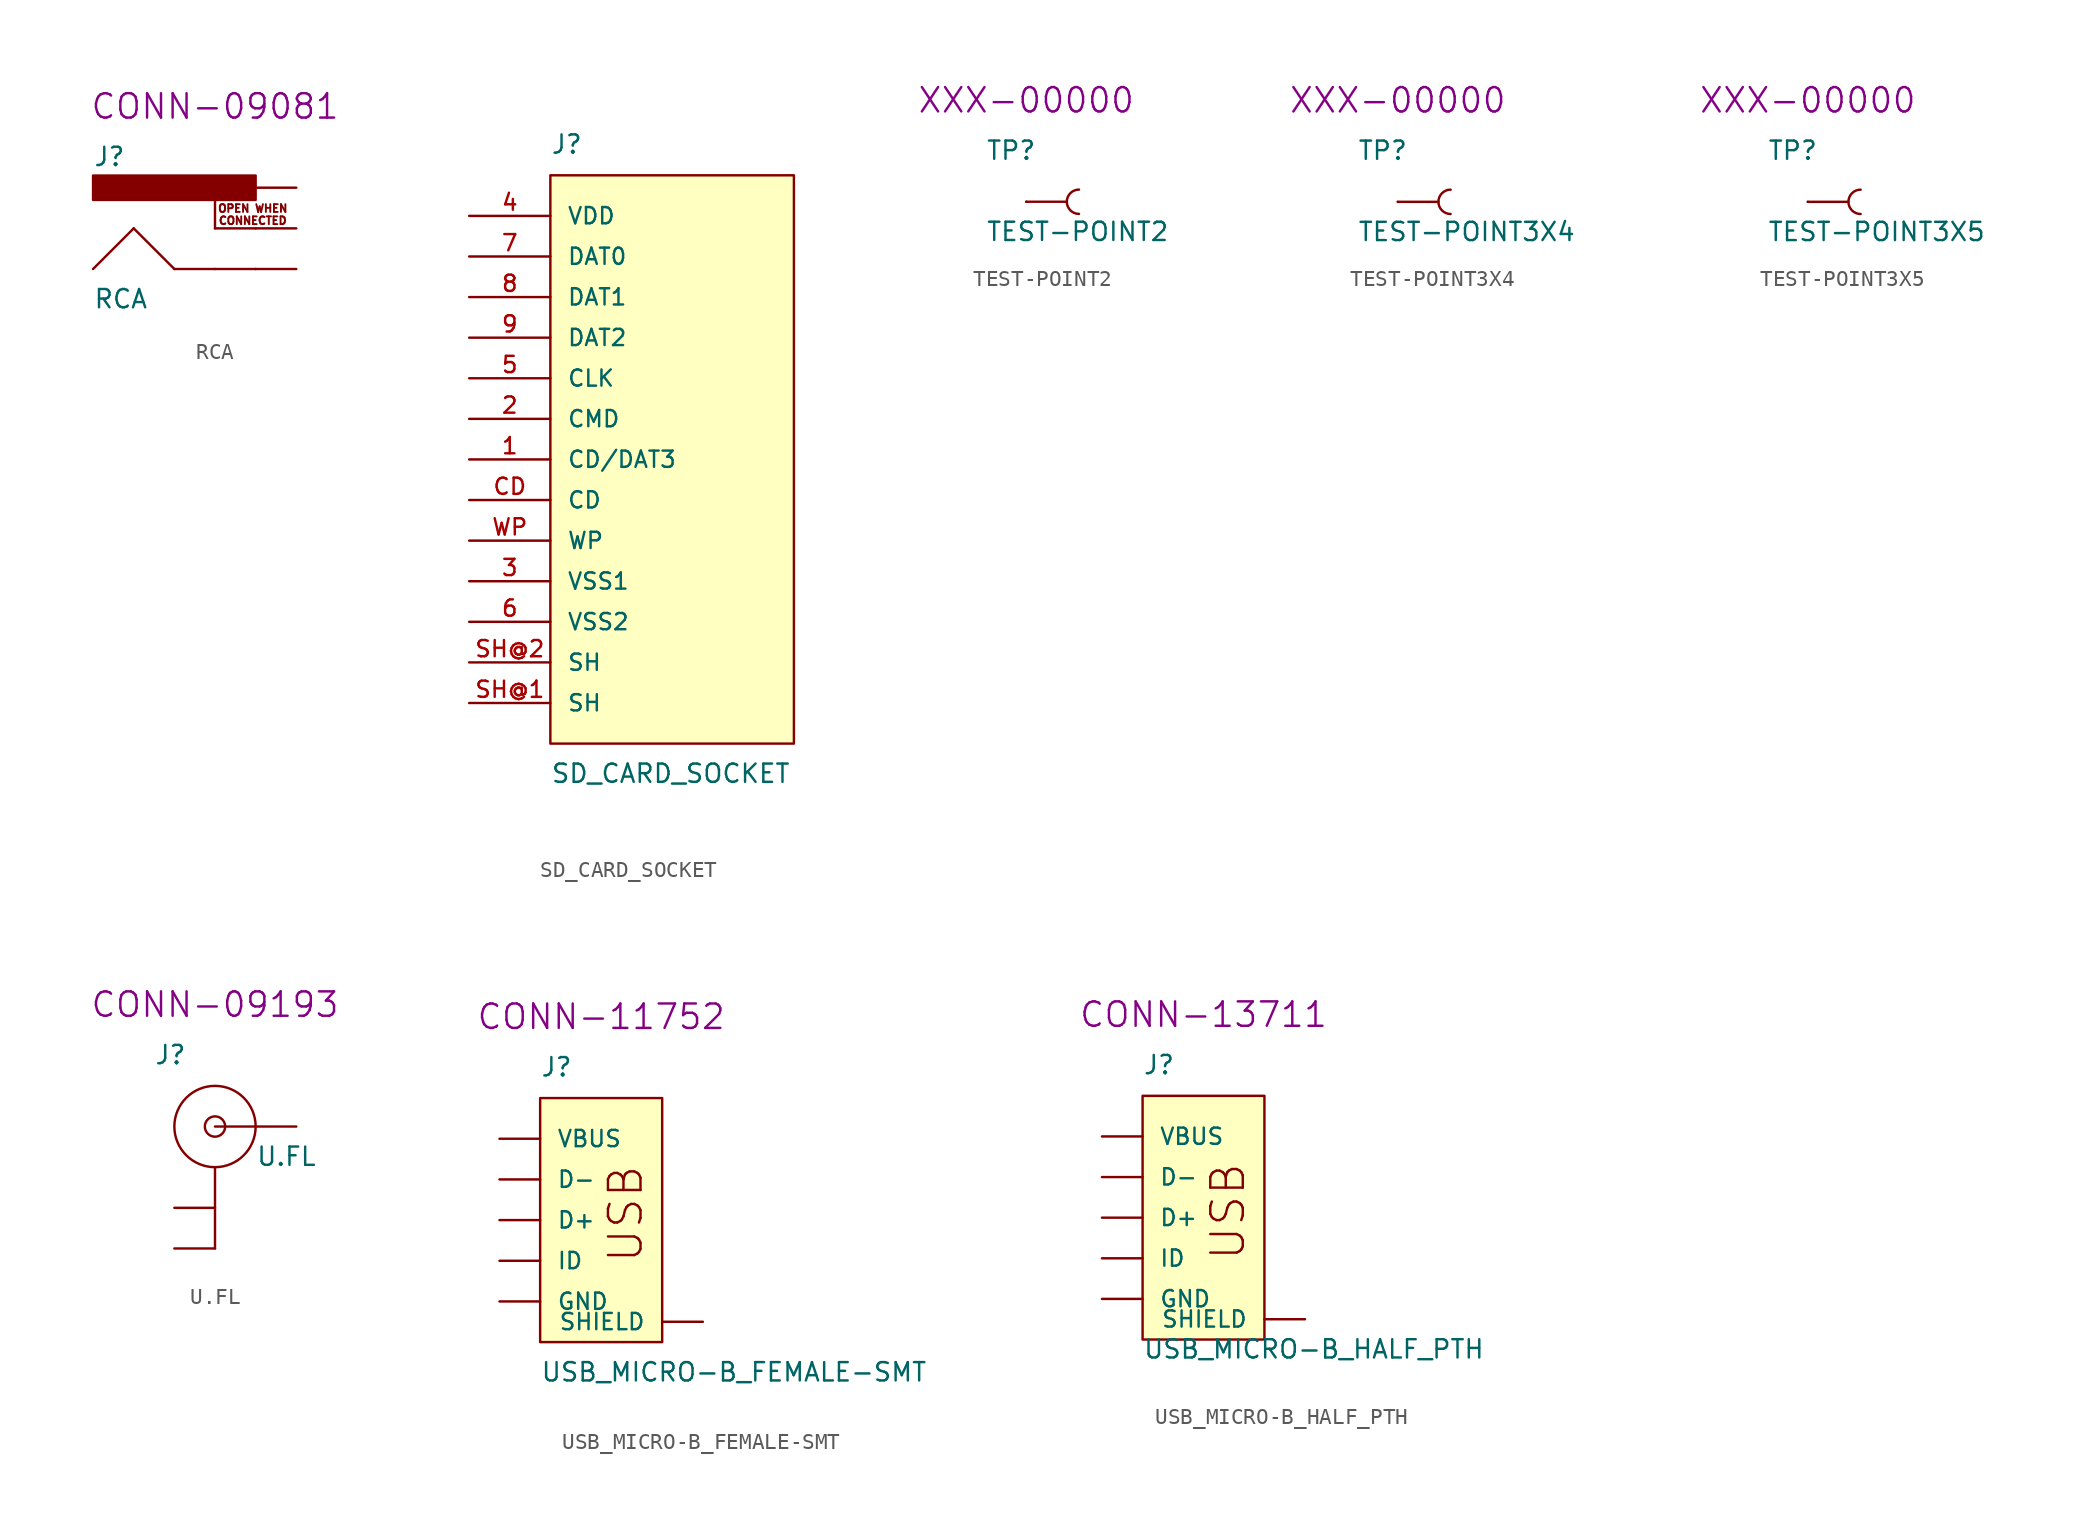
<source format=kicad_sym>
(kicad_symbol_lib
  (version 20220914)
  (generator kicad_symbol_editor)
  (symbol "RCA"
    (pin_numbers hide)
    (pin_names
      (offset 1.016) hide)
    (property "Reference" "J"
      (at -7.62 3.81 0)
      (effects (font (size 1.143 1.143)) (justify left bottom)))
    (property "Value" "RCA"
      (at -7.62 -5.08 0)
      (effects (font (size 1.143 1.143)) (justify left bottom)))
    (property "Field4" "CONN-09081"
      (at 0 7.62 0)
      (effects (font (size 1.524 1.524))))
    (property "ki_locked" ""
      (at 0 0 0)
      (effects (font (size 1.27 1.27))))
    (symbol "RCA_1_0"
      (polyline (pts (xy -7.62 -2.54) (xy -5.08 0)) (stroke (width 0) (type solid)) (fill (type none)))
      (polyline (pts (xy -5.08 0) (xy -2.54 -2.54)) (stroke (width 0) (type solid)) (fill (type none)))
      (polyline (pts (xy -2.54 -2.54) (xy 0 -2.54)) (stroke (width 0) (type solid)) (fill (type none)))
      (polyline (pts (xy 0 -2.54) (xy 2.54 -2.54)) (stroke (width 0) (type solid)) (fill (type none)))
      (polyline (pts (xy 0 0) (xy 0 2.54)) (stroke (width 0) (type solid)) (fill (type none)))
      (polyline (pts (xy 0 0) (xy 2.54 0)) (stroke (width 0) (type solid)) (fill (type none)))
      (text "CONNECTED" (at 2.362 0.483 0) (effects (font (size 0.483 0.483))))
      (text "OPEN WHEN" (at 2.362 1.245 0) (effects (font (size 0.483 0.483)))))
    (symbol "RCA_1_1"
      (rectangle (start -7.62 1.778) (end 2.54 3.302) (stroke (width 0) (type solid)) (fill (type outline)))
      (pin bidirectional line (at 5.08 2.54 180) (length 2.54) (name "PIN" (effects (font (size 1.016 1.016)))) (number "PIN" (effects (font (size 1.016 1.016)))))
      (pin bidirectional line (at 5.08 -2.54 180) (length 2.54) (name "SHELL" (effects (font (size 1.016 1.016)))) (number "SHEL" (effects (font (size 1.016 1.016)))))
      (pin bidirectional line (at 5.08 0 180) (length 2.54) (name "SWITCH" (effects (font (size 1.016 1.016)))) (number "SWIT" (effects (font (size 1.016 1.016)))))))
  (symbol "SD_CARD_SOCKET"
    (pin_names
      (offset 1.016))
    (property "Reference" "J"
      (at -7.62 19.05 0)
      (effects (font (size 1.143 1.143)) (justify left bottom)))
    (property "Value" "SD_CARD_SOCKET"
      (at -7.62 -20.32 0)
      (effects (font (size 1.143 1.143)) (justify left bottom)))
    (property "ki_locked" ""
      (at 0 0 0)
      (effects (font (size 1.27 1.27))))
    (symbol "SD_CARD_SOCKET_1_1"
      (polyline (pts (xy -7.62 17.78) (xy 7.62 17.78) (xy 7.62 -17.78) (xy -7.62 -17.78) (xy -7.62 17.78)) (stroke (width 0) (type solid)) (fill (type background)))
      (pin bidirectional line (at -12.7 0 0) (length 5.08) (name "CD/DAT3" (effects (font (size 1.016 1.016)))) (number "1" (effects (font (size 1.016 1.016)))))
      (pin bidirectional line (at -12.7 2.54 0) (length 5.08) (name "CMD" (effects (font (size 1.016 1.016)))) (number "2" (effects (font (size 1.016 1.016)))))
      (pin power_in line (at -12.7 -7.62 0) (length 5.08) (name "VSS1" (effects (font (size 1.016 1.016)))) (number "3" (effects (font (size 1.016 1.016)))))
      (pin power_in line (at -12.7 15.24 0) (length 5.08) (name "VDD" (effects (font (size 1.016 1.016)))) (number "4" (effects (font (size 1.016 1.016)))))
      (pin bidirectional line (at -12.7 5.08 0) (length 5.08) (name "CLK" (effects (font (size 1.016 1.016)))) (number "5" (effects (font (size 1.016 1.016)))))
      (pin power_in line (at -12.7 -10.16 0) (length 5.08) (name "VSS2" (effects (font (size 1.016 1.016)))) (number "6" (effects (font (size 1.016 1.016)))))
      (pin bidirectional line (at -12.7 12.7 0) (length 5.08) (name "DAT0" (effects (font (size 1.016 1.016)))) (number "7" (effects (font (size 1.016 1.016)))))
      (pin bidirectional line (at -12.7 10.16 0) (length 5.08) (name "DAT1" (effects (font (size 1.016 1.016)))) (number "8" (effects (font (size 1.016 1.016)))))
      (pin bidirectional line (at -12.7 7.62 0) (length 5.08) (name "DAT2" (effects (font (size 1.016 1.016)))) (number "9" (effects (font (size 1.016 1.016)))))
      (pin bidirectional line (at -12.7 -2.54 0) (length 5.08) (name "CD" (effects (font (size 1.016 1.016)))) (number "CD" (effects (font (size 1.016 1.016)))))
      (pin bidirectional line (at -12.7 -15.24 0) (length 5.08) (name "SH" (effects (font (size 1.016 1.016)))) (number "SH@1" (effects (font (size 1.016 1.016)))))
      (pin bidirectional line (at -12.7 -12.7 0) (length 5.08) (name "SH" (effects (font (size 1.016 1.016)))) (number "SH@2" (effects (font (size 1.016 1.016)))))
      (pin bidirectional line (at -12.7 -5.08 0) (length 5.08) (name "WP" (effects (font (size 1.016 1.016)))) (number "WP" (effects (font (size 1.016 1.016)))))))
  (symbol "TEST-POINT2"
    (pin_numbers hide)
    (pin_names
      (offset 1.016) hide)
    (property "Reference" "TP"
      (at -2.54 2.54 0)
      (effects (font (size 1.143 1.143)) (justify left bottom)))
    (property "Value" "TEST-POINT2"
      (at -2.54 -2.54 0)
      (effects (font (size 1.143 1.143)) (justify left bottom)))
    (property "Field4" "XXX-00000"
      (at 0 6.35 0)
      (effects (font (size 1.524 1.524))))
    (property "ki_locked" ""
      (at 0 0 0)
      (effects (font (size 1.27 1.27))))
    (symbol "TEST-POINT2_1_0"
      (polyline (pts (xy 2.54 0) (xy 0 0)) (stroke (width 0) (type solid)) (fill (type none))))
    (symbol "TEST-POINT2_1_1"
      (arc (start 3.302 0.762) (mid 2.5433 0) (end 3.302 -0.762) (stroke (width 0) (type solid)) (fill (type none)))
      (pin bidirectional line (at 0 0 180) (length 0) (name "1" (effects (font (size 1.016 1.016)))) (number "P$1" (effects (font (size 1.016 1.016)))))))
  (symbol "TEST-POINT3X4"
    (pin_numbers hide)
    (pin_names
      (offset 1.016) hide)
    (property "Reference" "TP"
      (at -2.54 2.54 0)
      (effects (font (size 1.143 1.143)) (justify left bottom)))
    (property "Value" "TEST-POINT3X4"
      (at -2.54 -2.54 0)
      (effects (font (size 1.143 1.143)) (justify left bottom)))
    (property "Field4" "XXX-00000"
      (at 0 6.35 0)
      (effects (font (size 1.524 1.524))))
    (property "ki_locked" ""
      (at 0 0 0)
      (effects (font (size 1.27 1.27))))
    (symbol "TEST-POINT3X4_1_0"
      (polyline (pts (xy 2.54 0) (xy 0 0)) (stroke (width 0) (type solid)) (fill (type none))))
    (symbol "TEST-POINT3X4_1_1"
      (arc (start 3.302 0.762) (mid 2.5433 0) (end 3.302 -0.762) (stroke (width 0) (type solid)) (fill (type none)))
      (pin bidirectional line (at 0 0 180) (length 0) (name "1" (effects (font (size 1.016 1.016)))) (number "P$1" (effects (font (size 1.016 1.016)))))))
  (symbol "TEST-POINT3X5"
    (pin_numbers hide)
    (pin_names
      (offset 1.016) hide)
    (property "Reference" "TP"
      (at -2.54 2.54 0)
      (effects (font (size 1.143 1.143)) (justify left bottom)))
    (property "Value" "TEST-POINT3X5"
      (at -2.54 -2.54 0)
      (effects (font (size 1.143 1.143)) (justify left bottom)))
    (property "Field4" "XXX-00000"
      (at 0 6.35 0)
      (effects (font (size 1.524 1.524))))
    (property "ki_locked" ""
      (at 0 0 0)
      (effects (font (size 1.27 1.27))))
    (symbol "TEST-POINT3X5_1_0"
      (polyline (pts (xy 2.54 0) (xy 0 0)) (stroke (width 0) (type solid)) (fill (type none))))
    (symbol "TEST-POINT3X5_1_1"
      (arc (start 3.302 0.762) (mid 2.5433 0) (end 3.302 -0.762) (stroke (width 0) (type solid)) (fill (type none)))
      (pin bidirectional line (at 0 0 180) (length 0) (name "1" (effects (font (size 1.016 1.016)))) (number "P$1" (effects (font (size 1.016 1.016)))))))
  (symbol "U.FL"
    (pin_numbers hide)
    (pin_names
      (offset 1.016) hide)
    (property "Reference" "J"
      (at -3.81 3.81 0)
      (effects (font (size 1.143 1.143)) (justify left bottom)))
    (property "Value" "U.FL"
      (at 2.54 -2.54 0)
      (effects (font (size 1.143 1.143)) (justify left bottom)))
    (property "Field4" "CONN-09193"
      (at 0 7.62 0)
      (effects (font (size 1.524 1.524))))
    (property "ki_locked" ""
      (at 0 0 0)
      (effects (font (size 1.27 1.27))))
    (symbol "U.FL_0_1"
      (circle (center 0 0) (radius 0.635) (stroke (width 0) (type solid)) (fill (type none))))
    (symbol "U.FL_1_0"
      (polyline (pts (xy 0 -2.54) (xy 0 -7.62)) (stroke (width 0) (type solid)) (fill (type none))))
    (symbol "U.FL_1_1"
      (circle (center 0 0) (radius 2.54) (stroke (width 0) (type solid)) (fill (type none)))
      (pin bidirectional line (at -2.54 -5.08 0) (length 2.54) (name "GND" (effects (font (size 1.016 1.016)))) (number "1" (effects (font (size 1.016 1.016)))))
      (pin bidirectional line (at -2.54 -7.62 0) (length 2.54) (name "GND" (effects (font (size 1.016 1.016)))) (number "2" (effects (font (size 1.016 1.016)))))
      (pin bidirectional line (at 5.08 0 180) (length 5.08) (name "SIGNAL" (effects (font (size 1.016 1.016)))) (number "FEED" (effects (font (size 1.016 1.016)))))))
  (symbol "USB_MICRO-B_FEMALE-SMT"
    (pin_numbers hide)
    (pin_names
      (offset 1.016))
    (property "Reference" "J"
      (at -3.81 8.89 0)
      (effects (font (size 1.143 1.143)) (justify left bottom)))
    (property "Value" "USB_MICRO-B_FEMALE-SMT"
      (at -3.81 -10.16 0)
      (effects (font (size 1.143 1.143)) (justify left bottom)))
    (property "Field4" "CONN-11752"
      (at 0 12.7 0)
      (effects (font (size 1.524 1.524))))
    (property "ki_locked" ""
      (at 0 0 0)
      (effects (font (size 1.27 1.27))))
    (symbol "USB_MICRO-B_FEMALE-SMT_1_0"
      (rectangle (start -3.81 7.62) (end 3.81 -7.62) (stroke (width 0) (type solid)) (fill (type background)))
      (text "USB" (at 1.524 0.381 900) (effects (font (size 2.032 2.032)))))
    (symbol "USB_MICRO-B_FEMALE-SMT_1_1"
      (pin bidirectional line (at -6.35 0 0) (length 2.54) (name "D+" (effects (font (size 1.016 1.016)))) (number "D+" (effects (font (size 1.016 1.016)))))
      (pin bidirectional line (at -6.35 2.54 0) (length 2.54) (name "D-" (effects (font (size 1.016 1.016)))) (number "D-" (effects (font (size 1.016 1.016)))))
      (pin power_in line (at -6.35 -5.08 0) (length 2.54) (name "GND" (effects (font (size 1.016 1.016)))) (number "GND" (effects (font (size 1.016 1.016)))))
      (pin bidirectional line (at -6.35 -2.54 0) (length 2.54) (name "ID" (effects (font (size 1.016 1.016)))) (number "ID" (effects (font (size 1.016 1.016)))))
      (pin bidirectional line (at 6.35 -6.35 180) (length 2.54) (name "SHIELD" (effects (font (size 1.016 1.016)))) (number "SHIE" (effects (font (size 1.016 1.016)))))
      (pin bidirectional line (at 6.35 -6.35 180) (length 2.54) hide (name "SHIELD" (effects (font (size 1.016 1.016)))) (number "SHIE" (effects (font (size 1.016 1.016)))))
      (pin bidirectional line (at 6.35 -6.35 180) (length 2.54) hide (name "SHIELD" (effects (font (size 1.016 1.016)))) (number "SHIE" (effects (font (size 1.016 1.016)))))
      (pin power_in line (at -6.35 5.08 0) (length 2.54) (name "VBUS" (effects (font (size 1.016 1.016)))) (number "VBUS" (effects (font (size 1.016 1.016)))))))
  (symbol "USB_MICRO-B_HALF_PTH"
    (pin_numbers hide)
    (pin_names
      (offset 1.016))
    (property "Reference" "J"
      (at -3.81 8.89 0)
      (effects (font (size 1.143 1.143)) (justify left bottom)))
    (property "Value" "USB_MICRO-B_HALF_PTH"
      (at -3.81 -8.89 0)
      (effects (font (size 1.143 1.143)) (justify left bottom)))
    (property "Field4" "CONN-13711"
      (at 0 12.7 0)
      (effects (font (size 1.524 1.524))))
    (property "ki_locked" ""
      (at 0 0 0)
      (effects (font (size 1.27 1.27))))
    (symbol "USB_MICRO-B_HALF_PTH_1_0"
      (rectangle (start -3.81 7.62) (end 3.81 -7.62) (stroke (width 0) (type solid)) (fill (type background)))
      (text "USB" (at 1.524 0.381 900) (effects (font (size 2.032 2.032)))))
    (symbol "USB_MICRO-B_HALF_PTH_1_1"
      (pin bidirectional line (at -6.35 0 0) (length 2.54) (name "D+" (effects (font (size 1.016 1.016)))) (number "D+" (effects (font (size 1.016 1.016)))))
      (pin bidirectional line (at -6.35 2.54 0) (length 2.54) (name "D-" (effects (font (size 1.016 1.016)))) (number "D-" (effects (font (size 1.016 1.016)))))
      (pin power_in line (at -6.35 -5.08 0) (length 2.54) (name "GND" (effects (font (size 1.016 1.016)))) (number "GND" (effects (font (size 1.016 1.016)))))
      (pin bidirectional line (at -6.35 -2.54 0) (length 2.54) (name "ID" (effects (font (size 1.016 1.016)))) (number "ID" (effects (font (size 1.016 1.016)))))
      (pin bidirectional line (at 6.35 -6.35 180) (length 2.54) (name "SHIELD" (effects (font (size 1.016 1.016)))) (number "P$1" (effects (font (size 1.016 1.016)))))
      (pin bidirectional line (at 6.35 -6.35 180) (length 2.54) hide (name "SHIELD" (effects (font (size 1.016 1.016)))) (number "P$10" (effects (font (size 1.016 1.016)))))
      (pin bidirectional line (at 6.35 -6.35 180) (length 2.54) hide (name "SHIELD" (effects (font (size 1.016 1.016)))) (number "P$12" (effects (font (size 1.016 1.016)))))
      (pin bidirectional line (at 6.35 -6.35 180) (length 2.54) hide (name "SHIELD" (effects (font (size 1.016 1.016)))) (number "P$2" (effects (font (size 1.016 1.016)))))
      (pin bidirectional line (at 6.35 -6.35 180) (length 2.54) hide (name "SHIELD" (effects (font (size 1.016 1.016)))) (number "P$3" (effects (font (size 1.016 1.016)))))
      (pin bidirectional line (at 6.35 -6.35 180) (length 2.54) hide (name "SHIELD" (effects (font (size 1.016 1.016)))) (number "P$4" (effects (font (size 1.016 1.016)))))
      (pin bidirectional line (at 6.35 -6.35 180) (length 2.54) hide (name "SHIELD" (effects (font (size 1.016 1.016)))) (number "P$6" (effects (font (size 1.016 1.016)))))
      (pin bidirectional line (at 6.35 -6.35 180) (length 2.54) hide (name "SHIELD" (effects (font (size 1.016 1.016)))) (number "P$8" (effects (font (size 1.016 1.016)))))
      (pin bidirectional line (at 6.35 -6.35 180) (length 2.54) hide (name "SHIELD" (effects (font (size 1.016 1.016)))) (number "SHEI" (effects (font (size 1.016 1.016)))))
      (pin bidirectional line (at 6.35 -6.35 180) (length 2.54) hide (name "SHIELD" (effects (font (size 1.016 1.016)))) (number "SHIE" (effects (font (size 1.016 1.016)))))
      (pin bidirectional line (at 6.35 -6.35 180) (length 2.54) hide (name "SHIELD" (effects (font (size 1.016 1.016)))) (number "SHIE" (effects (font (size 1.016 1.016)))))
      (pin bidirectional line (at 6.35 -6.35 180) (length 2.54) hide (name "SHIELD" (effects (font (size 1.016 1.016)))) (number "SHIE" (effects (font (size 1.016 1.016)))))
      (pin power_in line (at -6.35 5.08 0) (length 2.54) (name "VBUS" (effects (font (size 1.016 1.016)))) (number "VBUS" (effects (font (size 1.016 1.016))))))))
</source>
